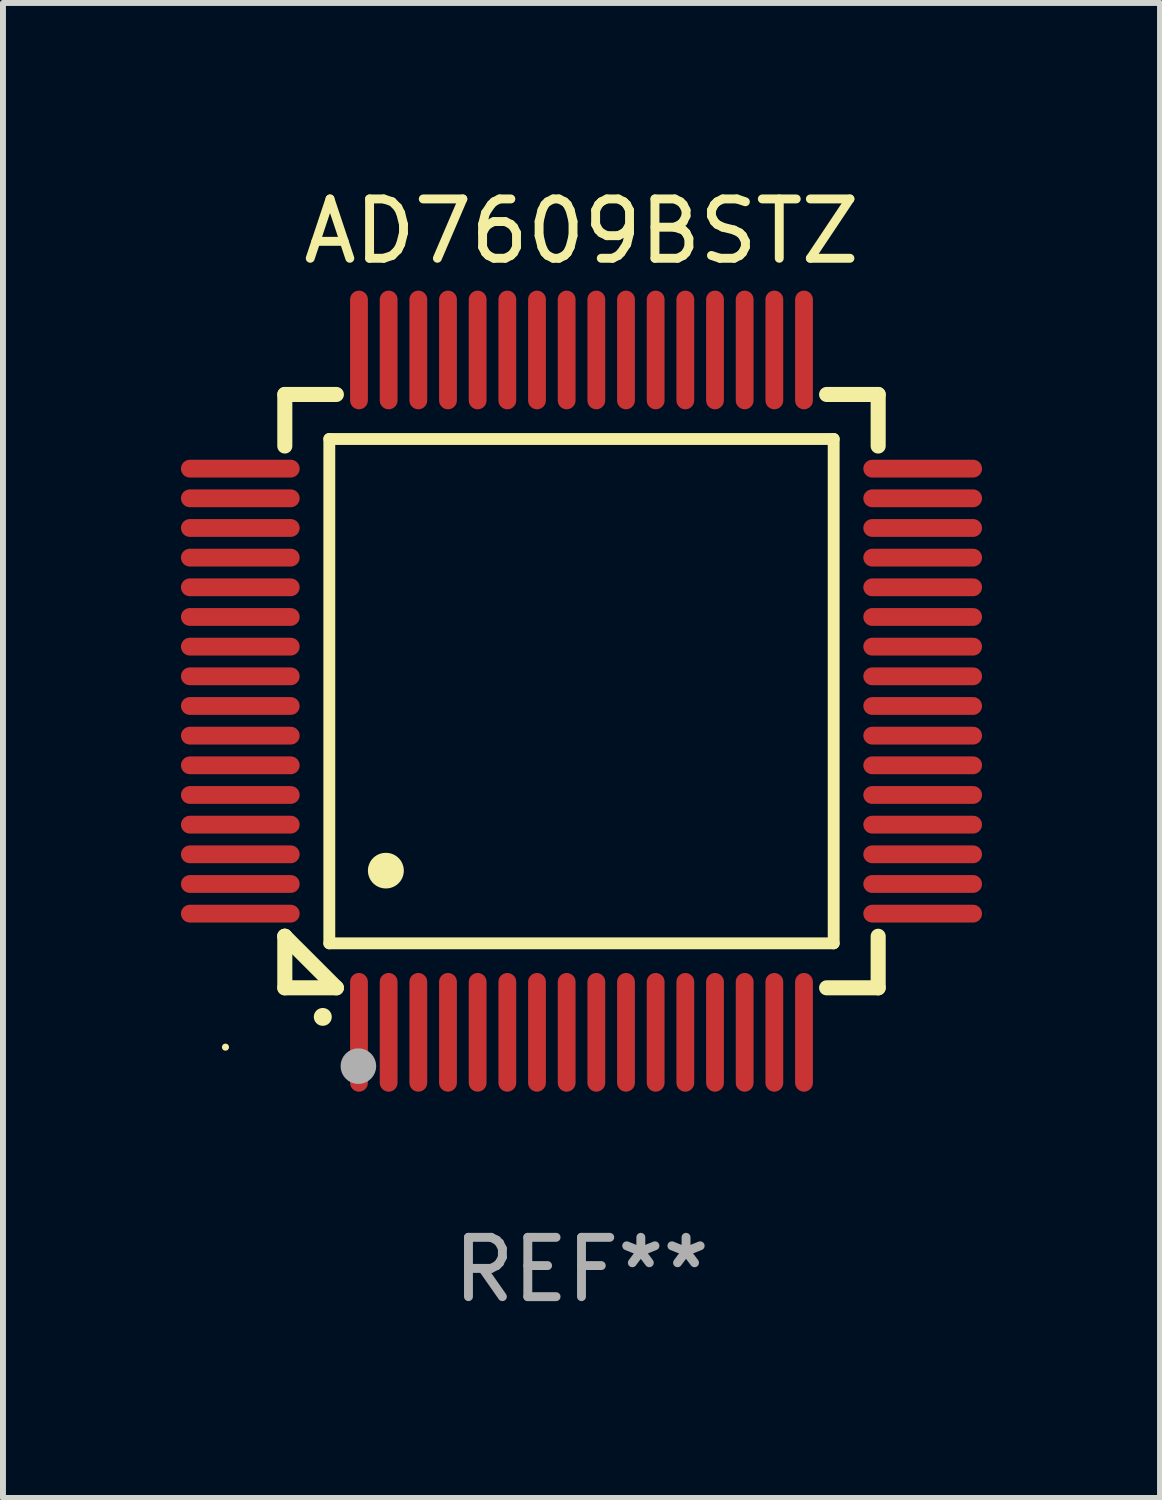
<source format=kicad_pcb>
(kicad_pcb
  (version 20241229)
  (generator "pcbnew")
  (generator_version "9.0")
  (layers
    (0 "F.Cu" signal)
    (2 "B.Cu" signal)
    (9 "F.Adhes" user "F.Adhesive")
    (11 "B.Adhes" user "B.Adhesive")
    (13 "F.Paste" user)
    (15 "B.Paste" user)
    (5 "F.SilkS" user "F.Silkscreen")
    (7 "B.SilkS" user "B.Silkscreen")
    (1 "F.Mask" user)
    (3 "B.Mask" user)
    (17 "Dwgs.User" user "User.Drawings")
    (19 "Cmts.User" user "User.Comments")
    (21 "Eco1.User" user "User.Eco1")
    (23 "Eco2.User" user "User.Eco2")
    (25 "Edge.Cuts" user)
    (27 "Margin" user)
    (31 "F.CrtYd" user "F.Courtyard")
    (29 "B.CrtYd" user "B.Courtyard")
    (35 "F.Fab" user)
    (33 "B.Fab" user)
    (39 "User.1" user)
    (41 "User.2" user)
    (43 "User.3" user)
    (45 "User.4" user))
  (footprint "AD7609BSTZ"
    (layer "F.Cu")
    (at 6.75 8.598)
    (property "Reference" "AD7609BSTZ" (at 0 -7.75 0) (layer "F.SilkS") (effects (font (size 1 1) (thickness 0.15))))
    (attr through_hole)
    (fp_line (start -5 -5) (end -4.131 -5) (stroke (width 0.254) (type solid)) (layer "F.SilkS"))
    (fp_line (start -5 -4.131) (end -5 -5) (stroke (width 0.254) (type solid)) (layer "F.SilkS"))
    (fp_line (start -5 4.131) (end -5 4.131) (stroke (width 0.254) (type solid)) (layer "F.SilkS"))
    (fp_line (start -5 5) (end -5 4.131) (stroke (width 0.254) (type solid)) (layer "F.SilkS"))
    (fp_line (start -5 4.131) (end -4.131 5) (stroke (width 0.254) (type solid)) (layer "F.SilkS"))
    (fp_line (start -4.25 -4.25) (end -4.25 4.25) (stroke (width 0.2) (type solid)) (layer "F.SilkS"))
    (fp_line (start -4.25 4.25) (end 4.25 4.25) (stroke (width 0.2) (type solid)) (layer "F.SilkS"))
    (fp_line (start -4.131 5) (end -5 5) (stroke (width 0.254) (type solid)) (layer "F.SilkS"))
    (fp_line (start 4.25 -4.25) (end -4.25 -4.25) (stroke (width 0.2) (type solid)) (layer "F.SilkS"))
    (fp_line (start 4.25 4.25) (end 4.25 -4.25) (stroke (width 0.2) (type solid)) (layer "F.SilkS"))
    (fp_line (start 5 -5) (end 4.131 -5) (stroke (width 0.254) (type solid)) (layer "F.SilkS"))
    (fp_line (start 5 -5) (end 5 -4.131) (stroke (width 0.254) (type solid)) (layer "F.SilkS"))
    (fp_line (start 5 4.131) (end 5 5) (stroke (width 0.254) (type solid)) (layer "F.SilkS"))
    (fp_line (start 5 5) (end 4.131 5) (stroke (width 0.254) (type solid)) (layer "F.SilkS"))
    (fp_arc (start -4.361265 5.489992) (mid -4.359995 5.489987) (end -4.358725 5.489992) (stroke (width 0.3) (type solid)) (layer "F.SilkS"))
    (fp_arc (start -3.299467 3.025146) (mid -3.296927 3.025135) (end -3.294387 3.025146) (stroke (width 0.6) (type solid)) (layer "F.SilkS"))
    (fp_circle (center -6 6) (end -5.97 6) (stroke (width 0.06) (type solid)) (fill no) (layer "F.SilkS"))
    (fp_circle (center -3.76 6.32) (end -3.61 6.32) (stroke (width 0.3) (type solid)) (fill no) (layer "F.Fab"))
    (fp_text user "REF**" (at 0 9.75 0) (layer "F.Fab") (effects (font (size 1 1) (thickness 0.15))))
    (pad "1" smd oval (at -3.75 5.75) (size 0.3 2) (layers "F.Cu" "F.Mask" "F.Paste"))
    (pad "2" smd oval (at -3.25 5.75) (size 0.3 2) (layers "F.Cu" "F.Mask" "F.Paste"))
    (pad "3" smd oval (at -2.75 5.75) (size 0.3 2) (layers "F.Cu" "F.Mask" "F.Paste"))
    (pad "4" smd oval (at -2.25 5.75) (size 0.3 2) (layers "F.Cu" "F.Mask" "F.Paste"))
    (pad "5" smd oval (at -1.75 5.75) (size 0.3 2) (layers "F.Cu" "F.Mask" "F.Paste"))
    (pad "6" smd oval (at -1.25 5.75) (size 0.3 2) (layers "F.Cu" "F.Mask" "F.Paste"))
    (pad "7" smd oval (at -0.75 5.75) (size 0.3 2) (layers "F.Cu" "F.Mask" "F.Paste"))
    (pad "8" smd oval (at -0.25 5.75) (size 0.3 2) (layers "F.Cu" "F.Mask" "F.Paste"))
    (pad "9" smd oval (at 0.25 5.75) (size 0.3 2) (layers "F.Cu" "F.Mask" "F.Paste"))
    (pad "10" smd oval (at 0.75 5.75) (size 0.3 2) (layers "F.Cu" "F.Mask" "F.Paste"))
    (pad "11" smd oval (at 1.25 5.75) (size 0.3 2) (layers "F.Cu" "F.Mask" "F.Paste"))
    (pad "12" smd oval (at 1.75 5.75) (size 0.3 2) (layers "F.Cu" "F.Mask" "F.Paste"))
    (pad "13" smd oval (at 2.25 5.75) (size 0.3 2) (layers "F.Cu" "F.Mask" "F.Paste"))
    (pad "14" smd oval (at 2.75 5.75) (size 0.3 2) (layers "F.Cu" "F.Mask" "F.Paste"))
    (pad "15" smd oval (at 3.25 5.75) (size 0.3 2) (layers "F.Cu" "F.Mask" "F.Paste"))
    (pad "16" smd oval (at 3.75 5.75) (size 0.3 2) (layers "F.Cu" "F.Mask" "F.Paste"))
    (pad "17" smd oval (at 5.75 3.75) (size 2 0.3) (layers "F.Cu" "F.Mask" "F.Paste"))
    (pad "18" smd oval (at 5.75 3.25) (size 2 0.3) (layers "F.Cu" "F.Mask" "F.Paste"))
    (pad "19" smd oval (at 5.75 2.75) (size 2 0.3) (layers "F.Cu" "F.Mask" "F.Paste"))
    (pad "20" smd oval (at 5.75 2.25) (size 2 0.3) (layers "F.Cu" "F.Mask" "F.Paste"))
    (pad "21" smd oval (at 5.75 1.75) (size 2 0.3) (layers "F.Cu" "F.Mask" "F.Paste"))
    (pad "22" smd oval (at 5.75 1.25) (size 2 0.3) (layers "F.Cu" "F.Mask" "F.Paste"))
    (pad "23" smd oval (at 5.75 0.75) (size 2 0.3) (layers "F.Cu" "F.Mask" "F.Paste"))
    (pad "24" smd oval (at 5.75 0.25) (size 2 0.3) (layers "F.Cu" "F.Mask" "F.Paste"))
    (pad "25" smd oval (at 5.75 -0.25) (size 2 0.3) (layers "F.Cu" "F.Mask" "F.Paste"))
    (pad "26" smd oval (at 5.75 -0.75) (size 2 0.3) (layers "F.Cu" "F.Mask" "F.Paste"))
    (pad "27" smd oval (at 5.75 -1.25) (size 2 0.3) (layers "F.Cu" "F.Mask" "F.Paste"))
    (pad "28" smd oval (at 5.75 -1.75) (size 2 0.3) (layers "F.Cu" "F.Mask" "F.Paste"))
    (pad "29" smd oval (at 5.75 -2.25) (size 2 0.3) (layers "F.Cu" "F.Mask" "F.Paste"))
    (pad "30" smd oval (at 5.75 -2.75) (size 2 0.3) (layers "F.Cu" "F.Mask" "F.Paste"))
    (pad "31" smd oval (at 5.75 -3.25) (size 2 0.3) (layers "F.Cu" "F.Mask" "F.Paste"))
    (pad "32" smd oval (at 5.75 -3.75) (size 2 0.3) (layers "F.Cu" "F.Mask" "F.Paste"))
    (pad "33" smd oval (at 3.75 -5.75) (size 0.3 2) (layers "F.Cu" "F.Mask" "F.Paste"))
    (pad "34" smd oval (at 3.25 -5.75) (size 0.3 2) (layers "F.Cu" "F.Mask" "F.Paste"))
    (pad "35" smd oval (at 2.75 -5.75) (size 0.3 2) (layers "F.Cu" "F.Mask" "F.Paste"))
    (pad "36" smd oval (at 2.25 -5.75) (size 0.3 2) (layers "F.Cu" "F.Mask" "F.Paste"))
    (pad "37" smd oval (at 1.75 -5.75) (size 0.3 2) (layers "F.Cu" "F.Mask" "F.Paste"))
    (pad "38" smd oval (at 1.25 -5.75) (size 0.3 2) (layers "F.Cu" "F.Mask" "F.Paste"))
    (pad "39" smd oval (at 0.75 -5.75) (size 0.3 2) (layers "F.Cu" "F.Mask" "F.Paste"))
    (pad "40" smd oval (at 0.25 -5.75) (size 0.3 2) (layers "F.Cu" "F.Mask" "F.Paste"))
    (pad "41" smd oval (at -0.25 -5.75) (size 0.3 2) (layers "F.Cu" "F.Mask" "F.Paste"))
    (pad "42" smd oval (at -0.75 -5.75) (size 0.3 2) (layers "F.Cu" "F.Mask" "F.Paste"))
    (pad "43" smd oval (at -1.25 -5.75) (size 0.3 2) (layers "F.Cu" "F.Mask" "F.Paste"))
    (pad "44" smd oval (at -1.75 -5.75) (size 0.3 2) (layers "F.Cu" "F.Mask" "F.Paste"))
    (pad "45" smd oval (at -2.25 -5.75) (size 0.3 2) (layers "F.Cu" "F.Mask" "F.Paste"))
    (pad "46" smd oval (at -2.75 -5.75) (size 0.3 2) (layers "F.Cu" "F.Mask" "F.Paste"))
    (pad "47" smd oval (at -3.25 -5.75) (size 0.3 2) (layers "F.Cu" "F.Mask" "F.Paste"))
    (pad "48" smd oval (at -3.75 -5.75) (size 0.3 2) (layers "F.Cu" "F.Mask" "F.Paste"))
    (pad "49" smd oval (at -5.75 -3.75) (size 2 0.3) (layers "F.Cu" "F.Mask" "F.Paste"))
    (pad "50" smd oval (at -5.75 -3.25) (size 2 0.3) (layers "F.Cu" "F.Mask" "F.Paste"))
    (pad "51" smd oval (at -5.75 -2.75) (size 2 0.3) (layers "F.Cu" "F.Mask" "F.Paste"))
    (pad "52" smd oval (at -5.75 -2.25) (size 2 0.3) (layers "F.Cu" "F.Mask" "F.Paste"))
    (pad "53" smd oval (at -5.75 -1.75) (size 2 0.3) (layers "F.Cu" "F.Mask" "F.Paste"))
    (pad "54" smd oval (at -5.75 -1.25) (size 2 0.3) (layers "F.Cu" "F.Mask" "F.Paste"))
    (pad "55" smd oval (at -5.75 -0.75) (size 2 0.3) (layers "F.Cu" "F.Mask" "F.Paste"))
    (pad "56" smd oval (at -5.75 -0.25) (size 2 0.3) (layers "F.Cu" "F.Mask" "F.Paste"))
    (pad "57" smd oval (at -5.75 0.25) (size 2 0.3) (layers "F.Cu" "F.Mask" "F.Paste"))
    (pad "58" smd oval (at -5.75 0.75) (size 2 0.3) (layers "F.Cu" "F.Mask" "F.Paste"))
    (pad "59" smd oval (at -5.75 1.25) (size 2 0.3) (layers "F.Cu" "F.Mask" "F.Paste"))
    (pad "60" smd oval (at -5.75 1.75) (size 2 0.3) (layers "F.Cu" "F.Mask" "F.Paste"))
    (pad "61" smd oval (at -5.75 2.25) (size 2 0.3) (layers "F.Cu" "F.Mask" "F.Paste"))
    (pad "62" smd oval (at -5.75 2.75) (size 2 0.3) (layers "F.Cu" "F.Mask" "F.Paste"))
    (pad "63" smd oval (at -5.75 3.25) (size 2 0.3) (layers "F.Cu" "F.Mask" "F.Paste"))
    (pad "64" smd oval (at -5.75 3.75) (size 2 0.3) (layers "F.Cu" "F.Mask" "F.Paste")))
  (gr_rect
    (start -3 -3)
    (end 16.5 22.196)
    (stroke (width 0.1) (type default))
    (fill no)
    (layer "Edge.Cuts")))
</source>
